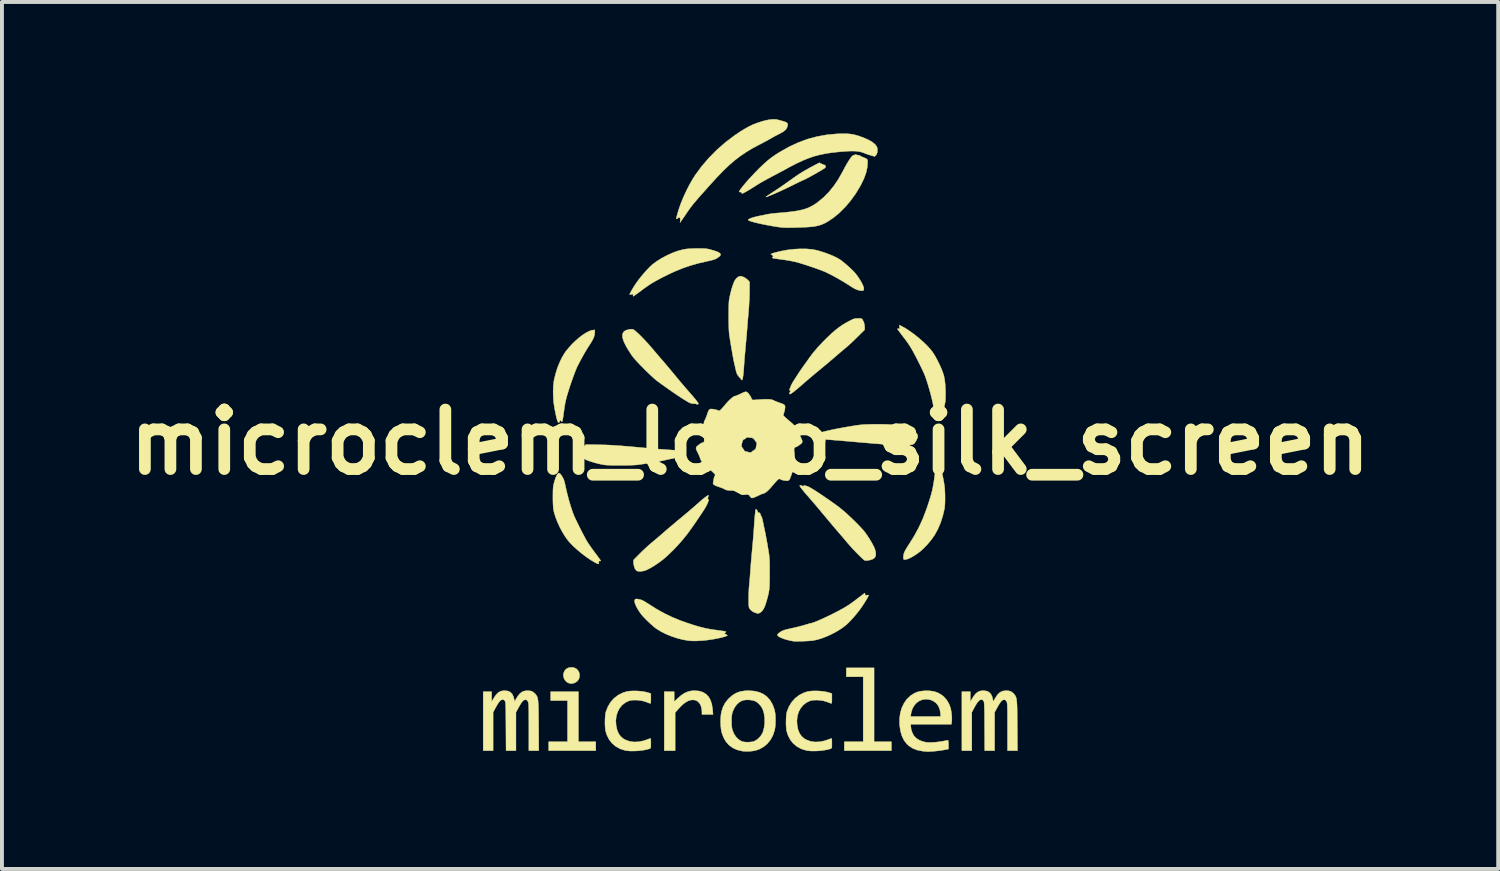
<source format=kicad_pcb>
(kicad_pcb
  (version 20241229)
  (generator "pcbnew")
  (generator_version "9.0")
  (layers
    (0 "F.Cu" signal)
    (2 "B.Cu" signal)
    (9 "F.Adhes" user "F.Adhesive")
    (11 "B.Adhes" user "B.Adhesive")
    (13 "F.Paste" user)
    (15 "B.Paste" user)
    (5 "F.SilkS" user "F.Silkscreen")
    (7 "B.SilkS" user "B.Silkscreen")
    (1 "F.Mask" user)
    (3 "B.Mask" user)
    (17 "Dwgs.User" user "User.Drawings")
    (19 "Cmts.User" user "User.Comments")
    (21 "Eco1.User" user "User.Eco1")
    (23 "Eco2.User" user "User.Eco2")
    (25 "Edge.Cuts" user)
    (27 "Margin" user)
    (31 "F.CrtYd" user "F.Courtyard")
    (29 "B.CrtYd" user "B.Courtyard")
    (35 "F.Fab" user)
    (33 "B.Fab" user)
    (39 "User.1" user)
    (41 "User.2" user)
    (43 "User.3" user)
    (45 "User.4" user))
  (footprint "microclem_logo_silk_screen"
    (layer "F.Cu")
    (at 16.154 8.27)
    (property "Reference" "microclem_logo_silk_screen" (at 0 0 0) (layer "F.SilkS") (effects (font (size 1.524 1.524) (thickness 0.3))))
    (attr through_hole)
    (fp_poly (pts (xy -4.394 7.671) (xy -3.95 7.671) (xy -3.95 7.899) (xy -5.156 7.899) (xy -5.156 7.671) (xy -4.674 7.671) (xy -4.674 6.617) (xy -5.105 6.617) (xy -5.105 6.388) (xy -4.394 6.388) (xy -4.394 7.671)) (stroke (width 0.01) (type solid)) (fill yes) (layer "F.SilkS"))
    (fp_poly (pts (xy 3.175 7.671) (xy 3.619 7.671) (xy 3.619 7.899) (xy 2.413 7.899) (xy 2.413 7.671) (xy 2.896 7.671) (xy 2.896 6.007) (xy 2.464 6.007) (xy 2.464 5.779) (xy 3.175 5.779) (xy 3.175 7.671)) (stroke (width 0.01) (type solid)) (fill yes) (layer "F.SilkS"))
    (fp_poly (pts (xy -4.5 5.776) (xy -4.446 5.804) (xy -4.404 5.847) (xy -4.377 5.898) (xy -4.365 5.955) (xy -4.368 6.014) (xy -4.386 6.069) (xy -4.421 6.118) (xy -4.473 6.155) (xy -4.515 6.171) (xy -4.55 6.18) (xy -4.575 6.183) (xy -4.603 6.179) (xy -4.635 6.172) (xy -4.688 6.147) (xy -4.732 6.104) (xy -4.764 6.049) (xy -4.78 5.987) (xy -4.777 5.926) (xy -4.776 5.92) (xy -4.747 5.852) (xy -4.702 5.803) (xy -4.641 5.775) (xy -4.568 5.766) (xy -4.5 5.776)) (stroke (width 0.01) (type solid)) (fill yes) (layer "F.SilkS"))
    (fp_poly (pts (xy -1.306 6.372) (xy -1.209 6.402) (xy -1.128 6.451) (xy -1.062 6.52) (xy -1.012 6.608) (xy -0.978 6.717) (xy -0.958 6.847) (xy -0.957 6.858) (xy -0.949 6.972) (xy -1.232 6.972) (xy -1.232 6.905) (xy -1.241 6.812) (xy -1.266 6.733) (xy -1.305 6.671) (xy -1.357 6.626) (xy -1.42 6.602) (xy -1.492 6.6) (xy -1.518 6.604) (xy -1.58 6.623) (xy -1.639 6.654) (xy -1.7 6.698) (xy -1.767 6.759) (xy -1.842 6.839) (xy -1.845 6.843) (xy -1.918 6.925) (xy -1.918 7.899) (xy -2.197 7.899) (xy -2.197 6.388) (xy -1.943 6.388) (xy -1.943 6.646) (xy -1.857 6.564) (xy -1.764 6.483) (xy -1.675 6.424) (xy -1.585 6.386) (xy -1.49 6.366) (xy -1.419 6.363) (xy -1.306 6.372)) (stroke (width 0.01) (type solid)) (fill yes) (layer "F.SilkS"))
    (fp_poly (pts (xy 1.828 -7.126) (xy 1.864 -7.11) (xy 1.892 -7.101) (xy 1.9 -7.099) (xy 1.922 -7.089) (xy 1.933 -7.063) (xy 1.929 -7.033) (xy 1.928 -7.03) (xy 1.915 -7.018) (xy 1.882 -6.997) (xy 1.835 -6.967) (xy 1.776 -6.932) (xy 1.71 -6.894) (xy 1.64 -6.854) (xy 1.57 -6.815) (xy 1.503 -6.779) (xy 1.443 -6.748) (xy 1.394 -6.723) (xy 1.36 -6.708) (xy 1.359 -6.708) (xy 1.338 -6.699) (xy 1.299 -6.68) (xy 1.244 -6.654) (xy 1.179 -6.622) (xy 1.106 -6.587) (xy 1.086 -6.576) (xy 0.913 -6.492) (xy 0.756 -6.419) (xy 0.616 -6.357) (xy 0.508 -6.312) (xy 0.468 -6.296) (xy 0.436 -6.283) (xy 0.422 -6.278) (xy 0.408 -6.275) (xy 0.406 -6.277) (xy 0.415 -6.286) (xy 0.443 -6.306) (xy 0.49 -6.339) (xy 0.557 -6.383) (xy 0.645 -6.44) (xy 0.672 -6.458) (xy 0.704 -6.479) (xy 0.737 -6.501) (xy 0.774 -6.526) (xy 0.817 -6.556) (xy 0.869 -6.592) (xy 0.933 -6.637) (xy 1.011 -6.693) (xy 1.106 -6.76) (xy 1.156 -6.795) (xy 1.234 -6.849) (xy 1.317 -6.902) (xy 1.409 -6.957) (xy 1.514 -7.016) (xy 1.632 -7.079) (xy 1.772 -7.153) (xy 1.828 -7.126)) (stroke (width 0.01) (type solid)) (fill yes) (layer "F.SilkS"))
    (fp_poly (pts (xy 4.86 0.63) (xy 4.864 0.635) (xy 4.878 0.665) (xy 4.894 0.716) (xy 4.912 0.783) (xy 4.93 0.86) (xy 4.947 0.944) (xy 4.963 1.03) (xy 4.975 1.113) (xy 4.979 1.139) (xy 4.985 1.211) (xy 4.99 1.297) (xy 4.992 1.388) (xy 4.992 1.481) (xy 4.99 1.567) (xy 4.985 1.642) (xy 4.979 1.698) (xy 4.978 1.702) (xy 4.934 1.888) (xy 4.877 2.066) (xy 4.806 2.231) (xy 4.725 2.379) (xy 4.638 2.502) (xy 4.543 2.615) (xy 4.454 2.709) (xy 4.367 2.789) (xy 4.276 2.858) (xy 4.177 2.922) (xy 4.127 2.95) (xy 4.072 2.977) (xy 4.02 2.997) (xy 3.975 3.007) (xy 3.943 3.007) (xy 3.934 3.003) (xy 3.926 2.98) (xy 3.925 2.941) (xy 3.93 2.893) (xy 3.941 2.844) (xy 3.942 2.84) (xy 3.956 2.807) (xy 3.981 2.759) (xy 4.014 2.703) (xy 4.051 2.644) (xy 4.055 2.638) (xy 4.199 2.41) (xy 4.322 2.182) (xy 4.429 1.948) (xy 4.523 1.699) (xy 4.523 1.698) (xy 4.567 1.568) (xy 4.603 1.456) (xy 4.633 1.356) (xy 4.657 1.264) (xy 4.678 1.173) (xy 4.695 1.078) (xy 4.712 0.973) (xy 4.728 0.853) (xy 4.732 0.822) (xy 4.741 0.753) (xy 4.748 0.706) (xy 4.754 0.677) (xy 4.76 0.663) (xy 4.767 0.661) (xy 4.775 0.667) (xy 4.775 0.667) (xy 4.804 0.68) (xy 4.829 0.67) (xy 4.844 0.644) (xy 4.851 0.625) (xy 4.86 0.63)) (stroke (width 0.01) (type solid)) (fill yes) (layer "F.SilkS"))
    (fp_poly (pts (xy -3.976 -2.812) (xy -3.981 -2.753) (xy -3.997 -2.694) (xy -4.026 -2.628) (xy -4.07 -2.551) (xy -4.11 -2.489) (xy -4.177 -2.384) (xy -4.25 -2.26) (xy -4.326 -2.123) (xy -4.402 -1.978) (xy -4.423 -1.936) (xy -4.446 -1.886) (xy -4.474 -1.817) (xy -4.506 -1.732) (xy -4.541 -1.637) (xy -4.577 -1.535) (xy -4.612 -1.432) (xy -4.644 -1.331) (xy -4.673 -1.238) (xy -4.697 -1.157) (xy -4.704 -1.13) (xy -4.72 -1.064) (xy -4.736 -0.985) (xy -4.75 -0.905) (xy -4.756 -0.864) (xy -4.765 -0.793) (xy -4.776 -0.719) (xy -4.785 -0.653) (xy -4.79 -0.619) (xy -4.8 -0.562) (xy -4.811 -0.529) (xy -4.822 -0.521) (xy -4.834 -0.539) (xy -4.834 -0.54) (xy -4.848 -0.557) (xy -4.864 -0.551) (xy -4.877 -0.527) (xy -4.891 -0.501) (xy -4.906 -0.499) (xy -4.922 -0.522) (xy -4.931 -0.543) (xy -4.945 -0.584) (xy -4.96 -0.645) (xy -4.977 -0.719) (xy -4.993 -0.8) (xy -5.008 -0.882) (xy -5.02 -0.96) (xy -5.029 -1.028) (xy -5.029 -1.029) (xy -5.039 -1.161) (xy -5.042 -1.293) (xy -5.038 -1.419) (xy -5.027 -1.532) (xy -5.017 -1.594) (xy -4.98 -1.747) (xy -4.933 -1.898) (xy -4.876 -2.041) (xy -4.813 -2.171) (xy -4.746 -2.283) (xy -4.722 -2.318) (xy -4.642 -2.416) (xy -4.556 -2.511) (xy -4.464 -2.599) (xy -4.372 -2.679) (xy -4.281 -2.748) (xy -4.194 -2.803) (xy -4.115 -2.843) (xy -4.047 -2.865) (xy -4.032 -2.867) (xy -3.975 -2.874) (xy -3.976 -2.812)) (stroke (width 0.01) (type solid)) (fill yes) (layer "F.SilkS"))
    (fp_poly (pts (xy -2.869 4.019) (xy -2.828 4.027) (xy -2.788 4.038) (xy -2.745 4.056) (xy -2.694 4.084) (xy -2.63 4.124) (xy -2.604 4.141) (xy -2.399 4.271) (xy -2.199 4.383) (xy -1.997 4.48) (xy -1.786 4.567) (xy -1.617 4.627) (xy -1.478 4.673) (xy -1.358 4.71) (xy -1.249 4.74) (xy -1.147 4.765) (xy -1.046 4.785) (xy -0.94 4.802) (xy -0.857 4.813) (xy -0.787 4.823) (xy -0.723 4.832) (xy -0.673 4.839) (xy -0.639 4.845) (xy -0.63 4.847) (xy -0.615 4.854) (xy -0.618 4.863) (xy -0.636 4.878) (xy -0.654 4.894) (xy -0.655 4.902) (xy -0.654 4.902) (xy -0.636 4.91) (xy -0.61 4.927) (xy -0.61 4.927) (xy -0.578 4.952) (xy -0.622 4.97) (xy -0.672 4.987) (xy -0.741 5.005) (xy -0.824 5.023) (xy -0.916 5.041) (xy -1.011 5.056) (xy -1.103 5.069) (xy -1.187 5.078) (xy -1.212 5.08) (xy -1.308 5.086) (xy -1.386 5.09) (xy -1.45 5.09) (xy -1.506 5.088) (xy -1.56 5.084) (xy -1.594 5.079) (xy -1.731 5.055) (xy -1.875 5.017) (xy -2.018 4.969) (xy -2.155 4.913) (xy -2.28 4.85) (xy -2.388 4.783) (xy -2.422 4.759) (xy -2.481 4.711) (xy -2.546 4.653) (xy -2.613 4.591) (xy -2.678 4.528) (xy -2.734 4.469) (xy -2.777 4.42) (xy -2.786 4.408) (xy -2.844 4.327) (xy -2.891 4.249) (xy -2.927 4.177) (xy -2.95 4.117) (xy -2.957 4.07) (xy -2.957 4.066) (xy -2.951 4.037) (xy -2.938 4.02) (xy -2.912 4.014) (xy -2.869 4.019)) (stroke (width 0.01) (type solid)) (fill yes) (layer "F.SilkS"))
    (fp_poly (pts (xy 1.439 -4.948) (xy 1.582 -4.936) (xy 1.664 -4.921) (xy 1.773 -4.894) (xy 1.889 -4.858) (xy 2.006 -4.816) (xy 2.117 -4.771) (xy 2.216 -4.724) (xy 2.293 -4.68) (xy 2.343 -4.645) (xy 2.405 -4.595) (xy 2.474 -4.537) (xy 2.545 -4.473) (xy 2.612 -4.41) (xy 2.667 -4.355) (xy 2.712 -4.302) (xy 2.759 -4.239) (xy 2.805 -4.169) (xy 2.847 -4.1) (xy 2.88 -4.035) (xy 2.903 -3.982) (xy 2.909 -3.957) (xy 2.914 -3.917) (xy 2.907 -3.89) (xy 2.886 -3.878) (xy 2.848 -3.877) (xy 2.79 -3.888) (xy 2.766 -3.893) (xy 2.721 -3.909) (xy 2.666 -3.935) (xy 2.598 -3.976) (xy 2.544 -4.011) (xy 2.46 -4.065) (xy 2.361 -4.125) (xy 2.254 -4.187) (xy 2.145 -4.247) (xy 2.042 -4.301) (xy 1.952 -4.345) (xy 1.937 -4.353) (xy 1.883 -4.375) (xy 1.81 -4.404) (xy 1.722 -4.436) (xy 1.625 -4.47) (xy 1.525 -4.504) (xy 1.425 -4.537) (xy 1.331 -4.567) (xy 1.248 -4.592) (xy 1.181 -4.61) (xy 1.103 -4.628) (xy 1.014 -4.645) (xy 0.926 -4.66) (xy 0.883 -4.667) (xy 0.813 -4.676) (xy 0.742 -4.686) (xy 0.68 -4.695) (xy 0.644 -4.7) (xy 0.599 -4.708) (xy 0.575 -4.714) (xy 0.568 -4.722) (xy 0.574 -4.732) (xy 0.578 -4.737) (xy 0.591 -4.756) (xy 0.586 -4.771) (xy 0.578 -4.78) (xy 0.557 -4.796) (xy 0.545 -4.801) (xy 0.534 -4.809) (xy 0.533 -4.811) (xy 0.545 -4.82) (xy 0.574 -4.833) (xy 0.617 -4.847) (xy 0.625 -4.849) (xy 0.783 -4.889) (xy 0.949 -4.92) (xy 1.117 -4.94) (xy 1.282 -4.949) (xy 1.439 -4.948)) (stroke (width 0.01) (type solid)) (fill yes) (layer "F.SilkS"))
    (fp_poly (pts (xy -1.195 -4.957) (xy -1.145 -4.954) (xy -1.101 -4.949) (xy -1.059 -4.941) (xy -1.01 -4.929) (xy -0.991 -4.923) (xy -0.93 -4.906) (xy -0.874 -4.887) (xy -0.829 -4.87) (xy -0.81 -4.861) (xy -0.771 -4.835) (xy -0.754 -4.81) (xy -0.759 -4.784) (xy -0.786 -4.753) (xy -0.834 -4.718) (xy -0.867 -4.698) (xy -0.901 -4.682) (xy -0.942 -4.668) (xy -0.995 -4.654) (xy -1.067 -4.638) (xy -1.084 -4.634) (xy -1.32 -4.58) (xy -1.537 -4.518) (xy -1.745 -4.446) (xy -1.95 -4.361) (xy -2.099 -4.29) (xy -2.218 -4.231) (xy -2.319 -4.179) (xy -2.404 -4.133) (xy -2.48 -4.09) (xy -2.55 -4.047) (xy -2.619 -4.001) (xy -2.692 -3.95) (xy -2.771 -3.892) (xy -2.787 -3.879) (xy -2.848 -3.834) (xy -2.903 -3.795) (xy -2.946 -3.763) (xy -2.977 -3.742) (xy -2.991 -3.734) (xy -2.991 -3.734) (xy -2.996 -3.744) (xy -2.994 -3.764) (xy -2.993 -3.783) (xy -3.002 -3.789) (xy -3.028 -3.785) (xy -3.034 -3.783) (xy -3.064 -3.778) (xy -3.081 -3.776) (xy -3.082 -3.776) (xy -3.08 -3.791) (xy -3.066 -3.823) (xy -3.042 -3.868) (xy -3.01 -3.923) (xy -2.973 -3.984) (xy -2.932 -4.047) (xy -2.922 -4.061) (xy -2.867 -4.139) (xy -2.802 -4.223) (xy -2.731 -4.308) (xy -2.66 -4.389) (xy -2.592 -4.461) (xy -2.532 -4.52) (xy -2.507 -4.542) (xy -2.392 -4.629) (xy -2.262 -4.71) (xy -2.122 -4.784) (xy -1.979 -4.848) (xy -1.839 -4.899) (xy -1.706 -4.933) (xy -1.656 -4.942) (xy -1.608 -4.948) (xy -1.542 -4.952) (xy -1.464 -4.956) (xy -1.383 -4.958) (xy -1.34 -4.958) (xy -1.258 -4.958) (xy -1.195 -4.957)) (stroke (width 0.01) (type solid)) (fill yes) (layer "F.SilkS"))
    (fp_poly (pts (xy -1.071 1.394) (xy -1.078 1.427) (xy -1.086 1.448) (xy -1.089 1.458) (xy -1.081 1.455) (xy -1.07 1.458) (xy -1.064 1.479) (xy -1.065 1.499) (xy -1.076 1.536) (xy -1.098 1.588) (xy -1.129 1.648) (xy -1.166 1.711) (xy -1.19 1.748) (xy -1.229 1.807) (xy -1.275 1.876) (xy -1.323 1.947) (xy -1.355 1.996) (xy -1.48 2.177) (xy -1.599 2.34) (xy -1.717 2.488) (xy -1.838 2.627) (xy -1.965 2.761) (xy -2.103 2.894) (xy -2.168 2.953) (xy -2.248 3.02) (xy -2.343 3.09) (xy -2.443 3.158) (xy -2.543 3.218) (xy -2.635 3.266) (xy -2.658 3.277) (xy -2.721 3.297) (xy -2.79 3.309) (xy -2.853 3.309) (xy -2.87 3.306) (xy -2.903 3.293) (xy -2.921 3.279) (xy -2.946 3.241) (xy -2.966 3.187) (xy -2.98 3.128) (xy -2.985 3.081) (xy -2.985 3.019) (xy -2.835 2.867) (xy -2.771 2.803) (xy -2.695 2.731) (xy -2.615 2.658) (xy -2.538 2.591) (xy -2.508 2.566) (xy -2.44 2.509) (xy -2.367 2.447) (xy -2.297 2.387) (xy -2.236 2.335) (xy -2.209 2.311) (xy -2.166 2.273) (xy -2.108 2.223) (xy -2.038 2.164) (xy -1.96 2.099) (xy -1.88 2.031) (xy -1.803 1.967) (xy -1.721 1.899) (xy -1.639 1.83) (xy -1.559 1.763) (xy -1.487 1.701) (xy -1.426 1.649) (xy -1.384 1.612) (xy -1.298 1.535) (xy -1.248 1.492) (xy -1.079 1.492) (xy -1.073 1.499) (xy -1.067 1.492) (xy -1.073 1.486) (xy -1.079 1.492) (xy -1.248 1.492) (xy -1.228 1.475) (xy -1.171 1.429) (xy -1.126 1.395) (xy -1.102 1.378) (xy -1.067 1.356) (xy -1.071 1.394)) (stroke (width 0.01) (type solid)) (fill yes) (layer "F.SilkS"))
    (fp_poly (pts (xy 3.889 -2.964) (xy 3.99 -2.907) (xy 4.099 -2.835) (xy 4.212 -2.753) (xy 4.323 -2.663) (xy 4.429 -2.57) (xy 4.526 -2.477) (xy 4.609 -2.387) (xy 4.674 -2.304) (xy 4.682 -2.292) (xy 4.736 -2.206) (xy 4.79 -2.108) (xy 4.842 -2.004) (xy 4.889 -1.901) (xy 4.928 -1.803) (xy 4.957 -1.717) (xy 4.966 -1.681) (xy 4.985 -1.577) (xy 4.997 -1.459) (xy 5.004 -1.322) (xy 5.005 -1.238) (xy 5.005 -1.16) (xy 5.003 -1.099) (xy 4.999 -1.048) (xy 4.991 -1) (xy 4.98 -0.946) (xy 4.968 -0.899) (xy 4.941 -0.806) (xy 4.913 -0.735) (xy 4.886 -0.686) (xy 4.858 -0.66) (xy 4.832 -0.658) (xy 4.823 -0.664) (xy 4.806 -0.682) (xy 4.781 -0.715) (xy 4.759 -0.745) (xy 4.734 -0.788) (xy 4.715 -0.834) (xy 4.701 -0.892) (xy 4.693 -0.93) (xy 4.671 -1.04) (xy 4.641 -1.165) (xy 4.605 -1.3) (xy 4.567 -1.435) (xy 4.527 -1.563) (xy 4.488 -1.676) (xy 4.485 -1.685) (xy 4.464 -1.737) (xy 4.433 -1.806) (xy 4.394 -1.889) (xy 4.35 -1.98) (xy 4.303 -2.074) (xy 4.255 -2.168) (xy 4.208 -2.257) (xy 4.166 -2.335) (xy 4.13 -2.399) (xy 4.122 -2.411) (xy 4.084 -2.472) (xy 4.041 -2.536) (xy 4.001 -2.592) (xy 3.986 -2.613) (xy 3.95 -2.66) (xy 3.915 -2.706) (xy 3.887 -2.742) (xy 3.884 -2.746) (xy 3.853 -2.788) (xy 3.819 -2.833) (xy 3.81 -2.844) (xy 3.784 -2.88) (xy 3.774 -2.9) (xy 3.78 -2.907) (xy 3.802 -2.904) (xy 3.803 -2.903) (xy 3.822 -2.9) (xy 3.829 -2.908) (xy 3.829 -2.933) (xy 3.827 -2.947) (xy 3.821 -2.998) (xy 3.889 -2.964)) (stroke (width 0.01) (type solid)) (fill yes) (layer "F.SilkS"))
    (fp_poly (pts (xy -4.862 0.81) (xy -4.834 0.844) (xy -4.802 0.895) (xy -4.782 0.932) (xy -4.765 0.973) (xy -4.75 1.025) (xy -4.734 1.092) (xy -4.722 1.146) (xy -4.699 1.252) (xy -4.67 1.369) (xy -4.638 1.489) (xy -4.603 1.607) (xy -4.568 1.717) (xy -4.535 1.813) (xy -4.512 1.873) (xy -4.49 1.923) (xy -4.458 1.99) (xy -4.42 2.069) (xy -4.377 2.156) (xy -4.332 2.246) (xy -4.287 2.333) (xy -4.245 2.413) (xy -4.209 2.481) (xy -4.18 2.532) (xy -4.179 2.533) (xy -4.15 2.58) (xy -4.109 2.64) (xy -4.061 2.709) (xy -4.009 2.781) (xy -3.969 2.835) (xy -3.923 2.895) (xy -3.884 2.949) (xy -3.852 2.993) (xy -3.831 3.024) (xy -3.823 3.037) (xy -3.823 3.038) (xy -3.833 3.044) (xy -3.851 3.045) (xy -3.868 3.044) (xy -3.875 3.052) (xy -3.874 3.073) (xy -3.869 3.104) (xy -3.874 3.117) (xy -3.898 3.115) (xy -3.94 3.097) (xy -3.969 3.082) (xy -4.078 3.018) (xy -4.194 2.939) (xy -4.311 2.85) (xy -4.424 2.756) (xy -4.528 2.661) (xy -4.618 2.569) (xy -4.665 2.513) (xy -4.737 2.413) (xy -4.808 2.297) (xy -4.875 2.17) (xy -4.934 2.04) (xy -4.983 1.913) (xy -5.018 1.795) (xy -5.025 1.765) (xy -5.034 1.716) (xy -5.04 1.661) (xy -5.044 1.596) (xy -5.047 1.516) (xy -5.048 1.416) (xy -5.048 1.403) (xy -5.047 1.314) (xy -5.046 1.245) (xy -5.044 1.192) (xy -5.04 1.148) (xy -5.034 1.109) (xy -5.026 1.07) (xy -5.014 1.026) (xy -4.989 0.943) (xy -4.963 0.876) (xy -4.936 0.826) (xy -4.912 0.798) (xy -4.905 0.794) (xy -4.885 0.794) (xy -4.862 0.81)) (stroke (width 0.01) (type solid)) (fill yes) (layer "F.SilkS"))
    (fp_poly (pts (xy 1.303 1.107) (xy 1.332 1.118) (xy 1.343 1.125) (xy 1.363 1.136) (xy 1.366 1.132) (xy 1.364 1.126) (xy 1.369 1.114) (xy 1.394 1.112) (xy 1.44 1.122) (xy 1.469 1.131) (xy 1.505 1.147) (xy 1.56 1.177) (xy 1.632 1.221) (xy 1.72 1.277) (xy 1.822 1.345) (xy 1.937 1.423) (xy 2.064 1.511) (xy 2.2 1.608) (xy 2.235 1.633) (xy 2.309 1.69) (xy 2.396 1.762) (xy 2.49 1.845) (xy 2.588 1.936) (xy 2.685 2.03) (xy 2.778 2.124) (xy 2.861 2.212) (xy 2.891 2.246) (xy 2.942 2.309) (xy 2.997 2.385) (xy 3.051 2.468) (xy 3.103 2.553) (xy 3.147 2.633) (xy 3.182 2.705) (xy 3.201 2.755) (xy 3.219 2.836) (xy 3.218 2.902) (xy 3.196 2.952) (xy 3.154 2.989) (xy 3.09 3.014) (xy 3.057 3.021) (xy 3.009 3.029) (xy 2.978 3.033) (xy 2.958 3.033) (xy 2.941 3.029) (xy 2.934 3.027) (xy 2.914 3.014) (xy 2.881 2.985) (xy 2.837 2.943) (xy 2.785 2.892) (xy 2.727 2.834) (xy 2.668 2.773) (xy 2.61 2.711) (xy 2.557 2.651) (xy 2.51 2.597) (xy 2.504 2.591) (xy 2.452 2.528) (xy 2.389 2.454) (xy 2.322 2.376) (xy 2.259 2.302) (xy 2.234 2.273) (xy 2.183 2.215) (xy 2.121 2.141) (xy 2.051 2.058) (xy 1.978 1.971) (xy 1.906 1.885) (xy 1.859 1.829) (xy 1.792 1.748) (xy 1.722 1.664) (xy 1.653 1.583) (xy 1.589 1.509) (xy 1.535 1.446) (xy 1.503 1.409) (xy 1.438 1.336) (xy 1.381 1.268) (xy 1.334 1.21) (xy 1.299 1.164) (xy 1.277 1.131) (xy 1.27 1.115) (xy 1.28 1.106) (xy 1.303 1.107)) (stroke (width 0.01) (type solid)) (fill yes) (layer "F.SilkS"))
    (fp_poly (pts (xy -3.89 0.067) (xy -3.795 0.069) (xy -3.701 0.071) (xy -3.607 0.075) (xy -3.508 0.081) (xy -3.401 0.088) (xy -3.284 0.096) (xy -3.153 0.107) (xy -3.005 0.12) (xy -2.837 0.135) (xy -2.711 0.147) (xy -2.599 0.157) (xy -2.475 0.167) (xy -2.347 0.178) (xy -2.224 0.187) (xy -2.114 0.195) (xy -2.084 0.197) (xy -1.965 0.205) (xy -1.869 0.213) (xy -1.795 0.221) (xy -1.74 0.228) (xy -1.704 0.236) (xy -1.683 0.244) (xy -1.68 0.247) (xy -1.681 0.259) (xy -1.699 0.274) (xy -1.724 0.287) (xy -1.746 0.293) (xy -1.772 0.294) (xy -1.746 0.305) (xy -1.73 0.313) (xy -1.736 0.316) (xy -1.743 0.317) (xy -1.762 0.322) (xy -1.765 0.328) (xy -1.777 0.342) (xy -1.808 0.359) (xy -1.853 0.379) (xy -1.907 0.398) (xy -1.966 0.415) (xy -2.013 0.425) (xy -2.073 0.437) (xy -2.133 0.45) (xy -2.181 0.461) (xy -2.191 0.464) (xy -2.228 0.473) (xy -2.285 0.484) (xy -2.358 0.498) (xy -2.443 0.513) (xy -2.535 0.528) (xy -2.629 0.543) (xy -2.721 0.558) (xy -2.806 0.57) (xy -2.863 0.578) (xy -2.922 0.584) (xy -3.001 0.589) (xy -3.096 0.592) (xy -3.199 0.594) (xy -3.308 0.595) (xy -3.416 0.595) (xy -3.517 0.594) (xy -3.608 0.591) (xy -3.683 0.587) (xy -3.727 0.583) (xy -3.795 0.571) (xy -3.875 0.554) (xy -3.96 0.532) (xy -4.044 0.507) (xy -4.122 0.482) (xy -4.185 0.458) (xy -4.217 0.443) (xy -4.276 0.404) (xy -4.318 0.359) (xy -4.341 0.312) (xy -4.343 0.291) (xy -4.335 0.252) (xy -4.314 0.203) (xy -4.283 0.152) (xy -4.25 0.11) (xy -4.205 0.062) (xy -3.89 0.067)) (stroke (width 0.01) (type solid)) (fill yes) (layer "F.SilkS"))
    (fp_poly (pts (xy -2.884 6.371) (xy -2.778 6.38) (xy -2.68 6.396) (xy -2.596 6.418) (xy -2.575 6.425) (xy -2.54 6.438) (xy -2.54 6.567) (xy -2.54 6.625) (xy -2.542 6.662) (xy -2.546 6.682) (xy -2.552 6.69) (xy -2.562 6.689) (xy -2.585 6.681) (xy -2.623 6.667) (xy -2.669 6.649) (xy -2.673 6.648) (xy -2.748 6.625) (xy -2.834 6.611) (xy -2.923 6.604) (xy -3.008 6.606) (xy -3.079 6.617) (xy -3.096 6.622) (xy -3.192 6.667) (xy -3.274 6.731) (xy -3.341 6.812) (xy -3.391 6.907) (xy -3.424 7.014) (xy -3.437 7.13) (xy -3.43 7.248) (xy -3.406 7.361) (xy -3.37 7.454) (xy -3.319 7.528) (xy -3.253 7.587) (xy -3.197 7.62) (xy -3.088 7.66) (xy -2.972 7.677) (xy -2.848 7.672) (xy -2.714 7.643) (xy -2.57 7.592) (xy -2.562 7.589) (xy -2.552 7.586) (xy -2.546 7.593) (xy -2.542 7.612) (xy -2.54 7.648) (xy -2.54 7.705) (xy -2.54 7.708) (xy -2.54 7.766) (xy -2.542 7.804) (xy -2.546 7.826) (xy -2.553 7.839) (xy -2.566 7.846) (xy -2.575 7.85) (xy -2.65 7.872) (xy -2.743 7.889) (xy -2.847 7.902) (xy -2.953 7.908) (xy -3.055 7.909) (xy -3.146 7.902) (xy -3.199 7.893) (xy -3.326 7.853) (xy -3.437 7.792) (xy -3.531 7.713) (xy -3.608 7.616) (xy -3.666 7.502) (xy -3.697 7.404) (xy -3.707 7.347) (xy -3.713 7.274) (xy -3.715 7.191) (xy -3.714 7.105) (xy -3.709 7.023) (xy -3.702 6.953) (xy -3.691 6.902) (xy -3.639 6.771) (xy -3.569 6.655) (xy -3.481 6.556) (xy -3.377 6.477) (xy -3.258 6.417) (xy -3.162 6.386) (xy -3.083 6.374) (xy -2.988 6.369) (xy -2.884 6.371)) (stroke (width 0.01) (type solid)) (fill yes) (layer "F.SilkS"))
    (fp_poly (pts (xy 1.752 6.371) (xy 1.857 6.38) (xy 1.956 6.396) (xy 2.04 6.418) (xy 2.061 6.425) (xy 2.095 6.438) (xy 2.095 6.567) (xy 2.095 6.625) (xy 2.093 6.662) (xy 2.09 6.682) (xy 2.083 6.69) (xy 2.073 6.689) (xy 2.051 6.681) (xy 2.013 6.667) (xy 1.967 6.649) (xy 1.962 6.648) (xy 1.887 6.625) (xy 1.801 6.611) (xy 1.712 6.604) (xy 1.628 6.606) (xy 1.557 6.617) (xy 1.54 6.622) (xy 1.444 6.667) (xy 1.362 6.731) (xy 1.295 6.812) (xy 1.244 6.907) (xy 1.212 7.014) (xy 1.199 7.13) (xy 1.206 7.248) (xy 1.229 7.361) (xy 1.266 7.454) (xy 1.317 7.528) (xy 1.383 7.587) (xy 1.439 7.62) (xy 1.547 7.66) (xy 1.663 7.677) (xy 1.788 7.672) (xy 1.922 7.643) (xy 2.066 7.592) (xy 2.073 7.589) (xy 2.083 7.586) (xy 2.09 7.593) (xy 2.093 7.612) (xy 2.095 7.648) (xy 2.095 7.705) (xy 2.095 7.708) (xy 2.095 7.766) (xy 2.094 7.804) (xy 2.09 7.826) (xy 2.082 7.839) (xy 2.069 7.846) (xy 2.061 7.85) (xy 1.985 7.872) (xy 1.892 7.889) (xy 1.789 7.902) (xy 1.682 7.908) (xy 1.58 7.909) (xy 1.49 7.902) (xy 1.437 7.893) (xy 1.31 7.853) (xy 1.199 7.792) (xy 1.104 7.713) (xy 1.027 7.616) (xy 0.969 7.502) (xy 0.938 7.404) (xy 0.929 7.347) (xy 0.923 7.274) (xy 0.92 7.191) (xy 0.922 7.105) (xy 0.926 7.023) (xy 0.934 6.953) (xy 0.944 6.902) (xy 0.996 6.771) (xy 1.067 6.655) (xy 1.155 6.556) (xy 1.259 6.477) (xy 1.377 6.417) (xy 1.473 6.386) (xy 1.552 6.374) (xy 1.648 6.369) (xy 1.752 6.371)) (stroke (width 0.01) (type solid)) (fill yes) (layer "F.SilkS"))
    (fp_poly (pts (xy -2.997 -2.888) (xy -2.972 -2.874) (xy -2.933 -2.843) (xy -2.884 -2.799) (xy -2.825 -2.744) (xy -2.762 -2.68) (xy -2.696 -2.612) (xy -2.63 -2.541) (xy -2.566 -2.47) (xy -2.523 -2.419) (xy -2.465 -2.351) (xy -2.4 -2.274) (xy -2.335 -2.198) (xy -2.278 -2.132) (xy -2.273 -2.127) (xy -2.231 -2.078) (xy -2.175 -2.013) (xy -2.112 -1.938) (xy -2.044 -1.857) (xy -1.976 -1.775) (xy -1.931 -1.721) (xy -1.865 -1.64) (xy -1.795 -1.557) (xy -1.727 -1.477) (xy -1.664 -1.403) (xy -1.61 -1.341) (xy -1.582 -1.308) (xy -1.506 -1.221) (xy -1.441 -1.146) (xy -1.389 -1.083) (xy -1.351 -1.033) (xy -1.328 -1) (xy -1.321 -0.984) (xy -1.331 -0.973) (xy -1.353 -0.968) (xy -1.373 -0.973) (xy -1.377 -0.977) (xy -1.393 -0.983) (xy -1.418 -0.984) (xy -1.372 -0.984) (xy -1.365 -0.978) (xy -1.359 -0.984) (xy -1.365 -0.991) (xy -1.372 -0.984) (xy -1.418 -0.984) (xy -1.423 -0.985) (xy -1.431 -0.984) (xy -1.478 -0.987) (xy -1.524 -0.998) (xy -1.525 -0.998) (xy -1.563 -1.015) (xy -1.618 -1.046) (xy -1.689 -1.089) (xy -1.775 -1.144) (xy -1.872 -1.208) (xy -1.978 -1.281) (xy -2.093 -1.361) (xy -2.213 -1.446) (xy -2.336 -1.535) (xy -2.388 -1.573) (xy -2.423 -1.602) (xy -2.472 -1.645) (xy -2.532 -1.7) (xy -2.598 -1.763) (xy -2.669 -1.831) (xy -2.728 -1.89) (xy -2.814 -1.978) (xy -2.885 -2.052) (xy -2.942 -2.115) (xy -2.988 -2.17) (xy -3.027 -2.22) (xy -3.055 -2.262) (xy -3.133 -2.385) (xy -3.193 -2.491) (xy -3.235 -2.582) (xy -3.261 -2.66) (xy -3.269 -2.724) (xy -3.262 -2.777) (xy -3.238 -2.821) (xy -3.22 -2.839) (xy -3.182 -2.861) (xy -3.13 -2.878) (xy -3.073 -2.889) (xy -3.022 -2.892) (xy -2.997 -2.888)) (stroke (width 0.01) (type solid)) (fill yes) (layer "F.SilkS"))
    (fp_poly (pts (xy 2.814 -3.168) (xy 2.844 -3.164) (xy 2.863 -3.156) (xy 2.877 -3.14) (xy 2.879 -3.137) (xy 2.916 -3.064) (xy 2.932 -2.976) (xy 2.934 -2.946) (xy 2.934 -2.876) (xy 2.746 -2.691) (xy 2.681 -2.627) (xy 2.613 -2.562) (xy 2.547 -2.502) (xy 2.488 -2.449) (xy 2.445 -2.412) (xy 2.392 -2.368) (xy 2.328 -2.314) (xy 2.259 -2.255) (xy 2.193 -2.198) (xy 2.177 -2.185) (xy 2.121 -2.136) (xy 2.05 -2.076) (xy 1.971 -2.009) (xy 1.888 -1.94) (xy 1.808 -1.874) (xy 1.784 -1.854) (xy 1.706 -1.79) (xy 1.624 -1.721) (xy 1.543 -1.653) (xy 1.47 -1.59) (xy 1.409 -1.538) (xy 1.393 -1.524) (xy 1.292 -1.436) (xy 1.209 -1.365) (xy 1.142 -1.31) (xy 1.089 -1.269) (xy 1.051 -1.243) (xy 1.025 -1.231) (xy 1.011 -1.231) (xy 1.008 -1.243) (xy 1.008 -1.248) (xy 1.016 -1.27) (xy 1.027 -1.294) (xy 1.035 -1.313) (xy 1.031 -1.316) (xy 1.02 -1.319) (xy 1.012 -1.337) (xy 1.011 -1.358) (xy 1.016 -1.367) (xy 1.026 -1.385) (xy 1.038 -1.417) (xy 1.041 -1.429) (xy 1.056 -1.462) (xy 1.08 -1.509) (xy 1.11 -1.56) (xy 1.124 -1.581) (xy 1.162 -1.64) (xy 1.203 -1.704) (xy 1.24 -1.761) (xy 1.247 -1.772) (xy 1.281 -1.823) (xy 1.323 -1.884) (xy 1.366 -1.945) (xy 1.383 -1.968) (xy 1.423 -2.024) (xy 1.465 -2.082) (xy 1.501 -2.134) (xy 1.514 -2.153) (xy 1.61 -2.281) (xy 1.727 -2.419) (xy 1.863 -2.565) (xy 1.984 -2.685) (xy 2.092 -2.787) (xy 2.19 -2.872) (xy 2.283 -2.944) (xy 2.375 -3.007) (xy 2.473 -3.065) (xy 2.552 -3.107) (xy 2.609 -3.135) (xy 2.65 -3.153) (xy 2.684 -3.163) (xy 2.719 -3.168) (xy 2.762 -3.169) (xy 2.765 -3.169) (xy 2.814 -3.168)) (stroke (width 0.01) (type solid)) (fill yes) (layer "F.SilkS"))
    (fp_poly (pts (xy 3.374 -0.457) (xy 3.48 -0.455) (xy 3.574 -0.451) (xy 3.654 -0.445) (xy 3.713 -0.438) (xy 3.716 -0.438) (xy 3.862 -0.408) (xy 3.989 -0.375) (xy 4.095 -0.338) (xy 4.178 -0.298) (xy 4.238 -0.254) (xy 4.266 -0.223) (xy 4.288 -0.183) (xy 4.294 -0.144) (xy 4.283 -0.1) (xy 4.257 -0.045) (xy 4.25 -0.034) (xy 4.23 0.000085) (xy 4.211 0.026) (xy 4.191 0.045) (xy 4.166 0.059) (xy 4.132 0.068) (xy 4.085 0.073) (xy 4.023 0.075) (xy 3.942 0.076) (xy 3.868 0.076) (xy 3.786 0.076) (xy 3.713 0.075) (xy 3.652 0.074) (xy 3.608 0.073) (xy 3.584 0.072) (xy 3.58 0.071) (xy 3.567 0.068) (xy 3.531 0.065) (xy 3.478 0.06) (xy 3.411 0.054) (xy 3.334 0.048) (xy 3.302 0.045) (xy 3.216 0.039) (xy 3.112 0.03) (xy 2.994 0.02) (xy 2.871 0.01) (xy 2.748 -0.001) (xy 2.631 -0.011) (xy 2.623 -0.012) (xy 2.51 -0.022) (xy 2.394 -0.032) (xy 2.28 -0.042) (xy 2.173 -0.05) (xy 2.08 -0.058) (xy 2.005 -0.063) (xy 1.994 -0.064) (xy 1.883 -0.072) (xy 1.79 -0.08) (xy 1.716 -0.088) (xy 1.664 -0.096) (xy 1.634 -0.104) (xy 1.629 -0.107) (xy 1.63 -0.12) (xy 1.647 -0.136) (xy 1.67 -0.149) (xy 1.685 -0.153) (xy 1.698 -0.156) (xy 1.691 -0.161) (xy 1.684 -0.167) (xy 1.69 -0.177) (xy 1.711 -0.193) (xy 1.752 -0.218) (xy 1.772 -0.229) (xy 1.806 -0.244) (xy 1.863 -0.261) (xy 1.939 -0.281) (xy 2.031 -0.302) (xy 2.137 -0.325) (xy 2.254 -0.348) (xy 2.379 -0.371) (xy 2.509 -0.394) (xy 2.642 -0.416) (xy 2.773 -0.436) (xy 2.793 -0.438) (xy 2.86 -0.446) (xy 2.945 -0.451) (xy 3.044 -0.455) (xy 3.151 -0.457) (xy 3.263 -0.458) (xy 3.374 -0.457)) (stroke (width 0.01) (type solid)) (fill yes) (layer "F.SilkS"))
    (fp_poly (pts (xy -5.623 6.369) (xy -5.564 6.391) (xy -5.514 6.431) (xy -5.503 6.443) (xy -5.485 6.464) (xy -5.469 6.485) (xy -5.457 6.507) (xy -5.446 6.532) (xy -5.438 6.564) (xy -5.431 6.604) (xy -5.426 6.654) (xy -5.422 6.716) (xy -5.419 6.794) (xy -5.417 6.888) (xy -5.415 7.002) (xy -5.414 7.137) (xy -5.413 7.261) (xy -5.409 7.899) (xy -5.664 7.899) (xy -5.664 7.293) (xy -5.664 7.152) (xy -5.665 7.034) (xy -5.665 6.937) (xy -5.666 6.859) (xy -5.667 6.796) (xy -5.669 6.748) (xy -5.671 6.712) (xy -5.674 6.685) (xy -5.678 6.666) (xy -5.682 6.652) (xy -5.686 6.642) (xy -5.715 6.605) (xy -5.749 6.593) (xy -5.79 6.605) (xy -5.812 6.621) (xy -5.833 6.645) (xy -5.862 6.685) (xy -5.894 6.736) (xy -5.922 6.785) (xy -5.994 6.917) (xy -5.994 7.899) (xy -6.247 7.899) (xy -6.251 7.28) (xy -6.252 7.137) (xy -6.253 7.018) (xy -6.254 6.92) (xy -6.255 6.841) (xy -6.257 6.778) (xy -6.259 6.729) (xy -6.261 6.693) (xy -6.264 6.667) (xy -6.268 6.648) (xy -6.272 6.635) (xy -6.277 6.626) (xy -6.277 6.626) (xy -6.306 6.598) (xy -6.337 6.591) (xy -6.37 6.601) (xy -6.406 6.63) (xy -6.446 6.681) (xy -6.491 6.755) (xy -6.519 6.805) (xy -6.579 6.918) (xy -6.579 7.899) (xy -6.833 7.899) (xy -6.833 6.388) (xy -6.617 6.388) (xy -6.616 6.648) (xy -6.577 6.579) (xy -6.524 6.496) (xy -6.473 6.435) (xy -6.42 6.395) (xy -6.361 6.371) (xy -6.294 6.363) (xy -6.282 6.363) (xy -6.203 6.372) (xy -6.139 6.4) (xy -6.091 6.448) (xy -6.058 6.517) (xy -6.043 6.571) (xy -6.029 6.643) (xy -5.989 6.572) (xy -5.937 6.49) (xy -5.885 6.43) (xy -5.829 6.39) (xy -5.766 6.369) (xy -5.698 6.363) (xy -5.623 6.369)) (stroke (width 0.01) (type solid)) (fill yes) (layer "F.SilkS"))
    (fp_poly (pts (xy 2.942 3.874) (xy 2.944 3.891) (xy 2.949 3.915) (xy 2.962 3.922) (xy 2.991 3.919) (xy 2.992 3.919) (xy 3.021 3.915) (xy 3.035 3.917) (xy 3.035 3.918) (xy 3.029 3.939) (xy 3.01 3.977) (xy 2.981 4.028) (xy 2.944 4.089) (xy 2.902 4.155) (xy 2.87 4.204) (xy 2.811 4.287) (xy 2.741 4.377) (xy 2.665 4.468) (xy 2.588 4.554) (xy 2.516 4.628) (xy 2.469 4.672) (xy 2.369 4.751) (xy 2.251 4.828) (xy 2.122 4.899) (xy 1.987 4.963) (xy 1.851 5.017) (xy 1.722 5.057) (xy 1.619 5.078) (xy 1.573 5.084) (xy 1.511 5.089) (xy 1.439 5.093) (xy 1.361 5.097) (xy 1.285 5.099) (xy 1.216 5.1) (xy 1.158 5.1) (xy 1.119 5.098) (xy 1.111 5.097) (xy 1.023 5.08) (xy 0.938 5.059) (xy 0.86 5.035) (xy 0.793 5.009) (xy 0.742 4.984) (xy 0.712 4.96) (xy 0.701 4.939) (xy 0.708 4.916) (xy 0.734 4.89) (xy 0.781 4.857) (xy 0.782 4.857) (xy 0.814 4.838) (xy 0.849 4.822) (xy 0.891 4.808) (xy 0.946 4.793) (xy 1.018 4.776) (xy 1.052 4.769) (xy 1.136 4.75) (xy 1.226 4.729) (xy 1.313 4.706) (xy 1.386 4.686) (xy 1.401 4.681) (xy 1.459 4.664) (xy 1.509 4.649) (xy 1.546 4.639) (xy 1.563 4.636) (xy 1.563 4.636) (xy 1.589 4.63) (xy 1.634 4.615) (xy 1.695 4.591) (xy 1.769 4.56) (xy 1.852 4.523) (xy 1.941 4.482) (xy 2.032 4.439) (xy 2.083 4.414) (xy 2.217 4.345) (xy 2.333 4.284) (xy 2.433 4.227) (xy 2.522 4.172) (xy 2.604 4.115) (xy 2.685 4.056) (xy 2.696 4.047) (xy 2.748 4.007) (xy 2.796 3.97) (xy 2.836 3.94) (xy 2.857 3.925) (xy 2.89 3.9) (xy 2.917 3.879) (xy 2.921 3.875) (xy 2.935 3.864) (xy 2.942 3.874)) (stroke (width 0.01) (type solid)) (fill yes) (layer "F.SilkS"))
    (fp_poly (pts (xy 6.632 6.369) (xy 6.691 6.391) (xy 6.742 6.431) (xy 6.753 6.443) (xy 6.771 6.464) (xy 6.786 6.485) (xy 6.799 6.507) (xy 6.809 6.532) (xy 6.818 6.564) (xy 6.825 6.604) (xy 6.83 6.654) (xy 6.834 6.716) (xy 6.837 6.794) (xy 6.839 6.888) (xy 6.84 7.002) (xy 6.841 7.137) (xy 6.842 7.261) (xy 6.847 7.899) (xy 6.591 7.899) (xy 6.591 7.293) (xy 6.591 7.152) (xy 6.591 7.034) (xy 6.59 6.937) (xy 6.59 6.859) (xy 6.588 6.796) (xy 6.587 6.748) (xy 6.584 6.712) (xy 6.581 6.685) (xy 6.578 6.666) (xy 6.573 6.652) (xy 6.569 6.642) (xy 6.541 6.605) (xy 6.506 6.593) (xy 6.466 6.605) (xy 6.443 6.621) (xy 6.422 6.645) (xy 6.394 6.685) (xy 6.361 6.736) (xy 6.334 6.785) (xy 6.261 6.917) (xy 6.261 7.899) (xy 6.008 7.899) (xy 6.004 7.28) (xy 6.003 7.137) (xy 6.003 7.018) (xy 6.002 6.92) (xy 6 6.841) (xy 5.999 6.778) (xy 5.997 6.729) (xy 5.994 6.693) (xy 5.991 6.667) (xy 5.988 6.648) (xy 5.983 6.635) (xy 5.978 6.626) (xy 5.978 6.626) (xy 5.95 6.598) (xy 5.919 6.591) (xy 5.886 6.601) (xy 5.85 6.63) (xy 5.809 6.681) (xy 5.764 6.755) (xy 5.737 6.805) (xy 5.677 6.918) (xy 5.677 7.899) (xy 5.423 7.899) (xy 5.423 6.388) (xy 5.639 6.388) (xy 5.639 6.648) (xy 5.679 6.579) (xy 5.731 6.496) (xy 5.782 6.435) (xy 5.835 6.395) (xy 5.894 6.371) (xy 5.962 6.363) (xy 5.974 6.363) (xy 6.053 6.372) (xy 6.116 6.4) (xy 6.164 6.448) (xy 6.198 6.517) (xy 6.212 6.571) (xy 6.227 6.643) (xy 6.266 6.572) (xy 6.318 6.49) (xy 6.37 6.43) (xy 6.426 6.39) (xy 6.489 6.369) (xy 6.558 6.363) (xy 6.632 6.369)) (stroke (width 0.01) (type solid)) (fill yes) (layer "F.SilkS"))
    (fp_poly (pts (xy 0.66 -8.263) (xy 0.699 -8.256) (xy 0.787 -8.233) (xy 0.854 -8.214) (xy 0.902 -8.198) (xy 0.934 -8.183) (xy 0.953 -8.168) (xy 0.962 -8.151) (xy 0.963 -8.131) (xy 0.961 -8.112) (xy 0.949 -8.061) (xy 0.926 -8.017) (xy 0.888 -7.977) (xy 0.832 -7.938) (xy 0.755 -7.896) (xy 0.752 -7.894) (xy 0.686 -7.861) (xy 0.617 -7.824) (xy 0.554 -7.789) (xy 0.52 -7.769) (xy 0.474 -7.743) (xy 0.412 -7.709) (xy 0.341 -7.671) (xy 0.268 -7.633) (xy 0.234 -7.616) (xy 0.062 -7.524) (xy -0.099 -7.427) (xy -0.251 -7.324) (xy -0.398 -7.211) (xy -0.544 -7.085) (xy -0.691 -6.944) (xy -0.845 -6.784) (xy -0.932 -6.689) (xy -1.043 -6.567) (xy -1.138 -6.46) (xy -1.219 -6.369) (xy -1.289 -6.291) (xy -1.348 -6.223) (xy -1.398 -6.164) (xy -1.442 -6.112) (xy -1.48 -6.064) (xy -1.515 -6.019) (xy -1.547 -5.975) (xy -1.58 -5.93) (xy -1.613 -5.881) (xy -1.639 -5.843) (xy -1.676 -5.788) (xy -1.712 -5.736) (xy -1.742 -5.693) (xy -1.757 -5.671) (xy -1.794 -5.62) (xy -1.787 -5.675) (xy -1.785 -5.714) (xy -1.793 -5.733) (xy -1.797 -5.736) (xy -1.809 -5.752) (xy -1.808 -5.764) (xy -1.81 -5.769) (xy -1.825 -5.757) (xy -1.831 -5.75) (xy -1.858 -5.725) (xy -1.878 -5.716) (xy -1.889 -5.722) (xy -1.888 -5.737) (xy -1.881 -5.763) (xy -1.871 -5.801) (xy -1.867 -5.817) (xy -1.826 -5.957) (xy -1.772 -6.111) (xy -1.706 -6.272) (xy -1.631 -6.434) (xy -1.551 -6.591) (xy -1.468 -6.737) (xy -1.407 -6.833) (xy -1.242 -7.058) (xy -1.055 -7.276) (xy -0.849 -7.484) (xy -0.627 -7.678) (xy -0.392 -7.855) (xy -0.256 -7.947) (xy -0.139 -8.019) (xy -0.035 -8.077) (xy 0.063 -8.125) (xy 0.161 -8.164) (xy 0.22 -8.185) (xy 0.358 -8.227) (xy 0.476 -8.253) (xy 0.577 -8.265) (xy 0.66 -8.263)) (stroke (width 0.01) (type solid)) (fill yes) (layer "F.SilkS"))
    (fp_poly (pts (xy 4.611 6.368) (xy 4.721 6.386) (xy 4.819 6.422) (xy 4.909 6.476) (xy 4.968 6.525) (xy 5.037 6.605) (xy 5.093 6.7) (xy 5.132 6.804) (xy 5.142 6.845) (xy 5.158 6.947) (xy 5.166 7.043) (xy 5.166 7.126) (xy 5.163 7.156) (xy 5.154 7.226) (xy 4.115 7.226) (xy 4.115 7.273) (xy 4.124 7.348) (xy 4.149 7.428) (xy 4.185 7.501) (xy 4.202 7.526) (xy 4.263 7.587) (xy 4.343 7.636) (xy 4.438 7.67) (xy 4.507 7.684) (xy 4.579 7.689) (xy 4.669 7.688) (xy 4.769 7.681) (xy 4.871 7.668) (xy 4.967 7.651) (xy 5.013 7.642) (xy 5.049 7.635) (xy 5.068 7.633) (xy 5.068 7.633) (xy 5.073 7.644) (xy 5.077 7.676) (xy 5.08 7.721) (xy 5.08 7.745) (xy 5.08 7.858) (xy 4.973 7.879) (xy 4.905 7.891) (xy 4.826 7.902) (xy 4.742 7.911) (xy 4.662 7.918) (xy 4.593 7.922) (xy 4.553 7.923) (xy 4.513 7.921) (xy 4.461 7.916) (xy 4.413 7.911) (xy 4.281 7.885) (xy 4.165 7.84) (xy 4.066 7.776) (xy 4.011 7.724) (xy 3.941 7.633) (xy 3.888 7.524) (xy 3.851 7.396) (xy 3.83 7.249) (xy 3.827 7.214) (xy 3.828 7.068) (xy 3.835 7.023) (xy 4.112 7.023) (xy 4.88 7.023) (xy 4.874 6.933) (xy 4.856 6.834) (xy 4.817 6.748) (xy 4.76 6.678) (xy 4.686 6.625) (xy 4.613 6.596) (xy 4.519 6.581) (xy 4.429 6.589) (xy 4.345 6.619) (xy 4.271 6.668) (xy 4.208 6.735) (xy 4.159 6.818) (xy 4.128 6.914) (xy 4.12 6.956) (xy 4.112 7.023) (xy 3.835 7.023) (xy 3.848 6.929) (xy 3.887 6.799) (xy 3.943 6.683) (xy 4.014 6.581) (xy 4.102 6.498) (xy 4.121 6.483) (xy 4.198 6.434) (xy 4.273 6.4) (xy 4.353 6.379) (xy 4.447 6.368) (xy 4.484 6.366) (xy 4.611 6.368)) (stroke (width 0.01) (type solid)) (fill yes) (layer "F.SilkS"))
    (fp_poly (pts (xy 0.104 6.373) (xy 0.23 6.402) (xy 0.341 6.451) (xy 0.435 6.52) (xy 0.513 6.609) (xy 0.576 6.717) (xy 0.624 6.846) (xy 0.63 6.871) (xy 0.642 6.938) (xy 0.65 7.021) (xy 0.652 7.114) (xy 0.65 7.208) (xy 0.643 7.295) (xy 0.631 7.367) (xy 0.63 7.372) (xy 0.587 7.503) (xy 0.525 7.619) (xy 0.445 7.718) (xy 0.35 7.799) (xy 0.24 7.86) (xy 0.152 7.891) (xy 0.076 7.907) (xy -0.013 7.916) (xy -0.104 7.918) (xy -0.185 7.913) (xy -0.196 7.911) (xy -0.326 7.88) (xy -0.439 7.83) (xy -0.536 7.76) (xy -0.616 7.671) (xy -0.679 7.563) (xy -0.725 7.436) (xy -0.732 7.409) (xy -0.744 7.338) (xy -0.752 7.25) (xy -0.754 7.164) (xy -0.475 7.164) (xy -0.472 7.245) (xy -0.464 7.316) (xy -0.454 7.366) (xy -0.415 7.462) (xy -0.362 7.544) (xy -0.297 7.61) (xy -0.224 7.656) (xy -0.186 7.67) (xy -0.13 7.679) (xy -0.061 7.682) (xy 0.01 7.678) (xy 0.073 7.669) (xy 0.096 7.662) (xy 0.158 7.631) (xy 0.219 7.581) (xy 0.274 7.521) (xy 0.315 7.455) (xy 0.327 7.428) (xy 0.359 7.312) (xy 0.375 7.187) (xy 0.373 7.059) (xy 0.355 6.937) (xy 0.33 6.855) (xy 0.291 6.778) (xy 0.235 6.709) (xy 0.169 6.653) (xy 0.124 6.629) (xy 0.063 6.61) (xy -0.012 6.6) (xy -0.09 6.598) (xy -0.16 6.606) (xy -0.194 6.615) (xy -0.27 6.654) (xy -0.339 6.716) (xy -0.396 6.794) (xy -0.44 6.887) (xy -0.459 6.947) (xy -0.469 7.007) (xy -0.474 7.082) (xy -0.475 7.164) (xy -0.754 7.164) (xy -0.754 7.154) (xy -0.752 7.058) (xy -0.744 6.971) (xy -0.732 6.903) (xy -0.693 6.783) (xy -0.639 6.679) (xy -0.564 6.584) (xy -0.54 6.559) (xy -0.451 6.481) (xy -0.356 6.424) (xy -0.252 6.386) (xy -0.135 6.367) (xy -0.039 6.363) (xy 0.104 6.373)) (stroke (width 0.01) (type solid)) (fill yes) (layer "F.SilkS"))
    (fp_poly (pts (xy 2.495 -7.895) (xy 2.581 -7.887) (xy 2.662 -7.873) (xy 2.744 -7.851) (xy 2.794 -7.835) (xy 2.929 -7.785) (xy 3.041 -7.734) (xy 3.132 -7.68) (xy 3.198 -7.626) (xy 3.241 -7.571) (xy 3.258 -7.526) (xy 3.262 -7.466) (xy 3.254 -7.408) (xy 3.235 -7.361) (xy 3.221 -7.342) (xy 3.191 -7.314) (xy 3.104 -7.338) (xy 3.047 -7.356) (xy 2.981 -7.378) (xy 2.919 -7.402) (xy 2.915 -7.404) (xy 2.854 -7.425) (xy 2.789 -7.44) (xy 2.716 -7.449) (xy 2.632 -7.453) (xy 2.533 -7.451) (xy 2.415 -7.444) (xy 2.318 -7.436) (xy 2.125 -7.416) (xy 1.952 -7.391) (xy 1.793 -7.359) (xy 1.644 -7.32) (xy 1.5 -7.271) (xy 1.353 -7.212) (xy 1.201 -7.141) (xy 1.176 -7.129) (xy 1.112 -7.096) (xy 1.046 -7.062) (xy 0.988 -7.031) (xy 0.953 -7.011) (xy 0.911 -6.988) (xy 0.854 -6.956) (xy 0.787 -6.921) (xy 0.717 -6.884) (xy 0.692 -6.871) (xy 0.561 -6.802) (xy 0.451 -6.743) (xy 0.358 -6.692) (xy 0.281 -6.648) (xy 0.218 -6.611) (xy 0.171 -6.581) (xy 0.092 -6.531) (xy 0.017 -6.484) (xy -0.053 -6.442) (xy -0.113 -6.408) (xy -0.161 -6.382) (xy -0.195 -6.367) (xy -0.21 -6.363) (xy -0.21 -6.364) (xy -0.211 -6.384) (xy -0.21 -6.388) (xy -0.215 -6.397) (xy -0.239 -6.401) (xy -0.241 -6.401) (xy -0.268 -6.404) (xy -0.279 -6.41) (xy -0.279 -6.411) (xy -0.271 -6.433) (xy -0.246 -6.471) (xy -0.208 -6.521) (xy -0.159 -6.583) (xy -0.1 -6.652) (xy -0.034 -6.728) (xy 0.038 -6.806) (xy 0.112 -6.885) (xy 0.188 -6.962) (xy 0.23 -7.005) (xy 0.323 -7.095) (xy 0.405 -7.169) (xy 0.48 -7.233) (xy 0.555 -7.291) (xy 0.633 -7.346) (xy 0.722 -7.403) (xy 0.751 -7.421) (xy 0.991 -7.557) (xy 1.23 -7.669) (xy 1.47 -7.758) (xy 1.715 -7.824) (xy 1.966 -7.869) (xy 2.227 -7.893) (xy 2.28 -7.895) (xy 2.396 -7.897) (xy 2.495 -7.895)) (stroke (width 0.01) (type solid)) (fill yes) (layer "F.SilkS"))
    (fp_poly (pts (xy -0.176 -4.231) (xy -0.117 -4.199) (xy -0.066 -4.16) (xy -0.05 -4.144) (xy -0.013 -4.101) (xy -0.013 -3.877) (xy -0.014 -3.792) (xy -0.017 -3.69) (xy -0.023 -3.58) (xy -0.029 -3.47) (xy -0.037 -3.369) (xy -0.037 -3.366) (xy -0.045 -3.27) (xy -0.054 -3.17) (xy -0.062 -3.073) (xy -0.069 -2.986) (xy -0.074 -2.917) (xy -0.075 -2.908) (xy -0.08 -2.847) (xy -0.087 -2.765) (xy -0.095 -2.671) (xy -0.104 -2.569) (xy -0.113 -2.465) (xy -0.119 -2.4) (xy -0.128 -2.301) (xy -0.137 -2.201) (xy -0.145 -2.106) (xy -0.151 -2.022) (xy -0.156 -1.953) (xy -0.158 -1.918) (xy -0.164 -1.834) (xy -0.171 -1.757) (xy -0.179 -1.69) (xy -0.188 -1.637) (xy -0.196 -1.602) (xy -0.204 -1.588) (xy -0.205 -1.587) (xy -0.215 -1.597) (xy -0.216 -1.601) (xy -0.224 -1.609) (xy -0.229 -1.607) (xy -0.239 -1.611) (xy -0.241 -1.626) (xy -0.246 -1.644) (xy -0.254 -1.645) (xy -0.268 -1.649) (xy -0.281 -1.669) (xy -0.296 -1.693) (xy -0.307 -1.702) (xy -0.316 -1.712) (xy -0.318 -1.721) (xy -0.324 -1.738) (xy -0.329 -1.74) (xy -0.337 -1.751) (xy -0.347 -1.783) (xy -0.36 -1.828) (xy -0.368 -1.864) (xy -0.382 -1.928) (xy -0.397 -1.992) (xy -0.41 -2.047) (xy -0.414 -2.064) (xy -0.422 -2.101) (xy -0.433 -2.16) (xy -0.446 -2.234) (xy -0.461 -2.319) (xy -0.477 -2.411) (xy -0.493 -2.504) (xy -0.508 -2.595) (xy -0.521 -2.679) (xy -0.531 -2.751) (xy -0.534 -2.769) (xy -0.538 -2.815) (xy -0.542 -2.883) (xy -0.545 -2.969) (xy -0.547 -3.069) (xy -0.548 -3.179) (xy -0.548 -3.242) (xy -0.547 -3.349) (xy -0.547 -3.435) (xy -0.545 -3.504) (xy -0.543 -3.559) (xy -0.54 -3.605) (xy -0.535 -3.646) (xy -0.529 -3.684) (xy -0.52 -3.726) (xy -0.514 -3.756) (xy -0.482 -3.887) (xy -0.449 -3.998) (xy -0.416 -4.087) (xy -0.386 -4.148) (xy -0.349 -4.195) (xy -0.305 -4.23) (xy -0.259 -4.248) (xy -0.231 -4.249) (xy -0.176 -4.231)) (stroke (width 0.01) (type solid)) (fill yes) (layer "F.SilkS"))
    (fp_poly (pts (xy 2.714 -7.359) (xy 2.744 -7.351) (xy 2.773 -7.346) (xy 2.802 -7.34) (xy 2.818 -7.332) (xy 2.833 -7.321) (xy 2.865 -7.306) (xy 2.902 -7.29) (xy 2.953 -7.269) (xy 2.985 -7.252) (xy 3.002 -7.233) (xy 3.009 -7.207) (xy 3.01 -7.168) (xy 3.01 -7.163) (xy 3 -7.032) (xy 2.969 -6.895) (xy 2.917 -6.75) (xy 2.842 -6.596) (xy 2.824 -6.562) (xy 2.707 -6.367) (xy 2.577 -6.186) (xy 2.438 -6.022) (xy 2.292 -5.875) (xy 2.14 -5.749) (xy 1.985 -5.645) (xy 1.96 -5.631) (xy 1.875 -5.588) (xy 1.791 -5.556) (xy 1.699 -5.533) (xy 1.613 -5.518) (xy 1.565 -5.513) (xy 1.496 -5.508) (xy 1.413 -5.503) (xy 1.32 -5.499) (xy 1.221 -5.496) (xy 1.123 -5.493) (xy 1.031 -5.492) (xy 0.949 -5.491) (xy 0.883 -5.493) (xy 0.845 -5.494) (xy 0.773 -5.502) (xy 0.689 -5.513) (xy 0.595 -5.528) (xy 0.496 -5.546) (xy 0.395 -5.565) (xy 0.296 -5.585) (xy 0.203 -5.606) (xy 0.12 -5.626) (xy 0.05 -5.645) (xy -0.003 -5.662) (xy -0.036 -5.676) (xy -0.038 -5.677) (xy -0.049 -5.689) (xy -0.041 -5.702) (xy -0.032 -5.709) (xy -0.003 -5.724) (xy 0.044 -5.742) (xy 0.104 -5.76) (xy 0.17 -5.777) (xy 0.229 -5.79) (xy 0.273 -5.798) (xy 0.333 -5.81) (xy 0.396 -5.824) (xy 0.419 -5.829) (xy 0.48 -5.84) (xy 0.556 -5.851) (xy 0.638 -5.86) (xy 0.717 -5.867) (xy 0.718 -5.867) (xy 0.888 -5.881) (xy 1.035 -5.897) (xy 1.163 -5.914) (xy 1.275 -5.935) (xy 1.373 -5.959) (xy 1.461 -5.988) (xy 1.541 -6.023) (xy 1.616 -6.064) (xy 1.69 -6.111) (xy 1.737 -6.146) (xy 1.885 -6.269) (xy 2.019 -6.405) (xy 2.143 -6.557) (xy 2.259 -6.728) (xy 2.368 -6.921) (xy 2.387 -6.957) (xy 2.433 -7.045) (xy 2.479 -7.126) (xy 2.523 -7.198) (xy 2.563 -7.259) (xy 2.597 -7.304) (xy 2.624 -7.333) (xy 2.639 -7.341) (xy 2.667 -7.348) (xy 2.676 -7.355) (xy 2.7 -7.363) (xy 2.714 -7.359)) (stroke (width 0.01) (type solid)) (fill yes) (layer "F.SilkS"))
    (fp_poly (pts (xy 0.158 1.719) (xy 0.174 1.737) (xy 0.19 1.765) (xy 0.196 1.784) (xy 0.205 1.806) (xy 0.212 1.807) (xy 0.212 1.806) (xy 0.224 1.8) (xy 0.241 1.809) (xy 0.258 1.828) (xy 0.267 1.849) (xy 0.267 1.852) (xy 0.275 1.877) (xy 0.285 1.892) (xy 0.296 1.913) (xy 0.309 1.952) (xy 0.322 2.004) (xy 0.33 2.039) (xy 0.343 2.108) (xy 0.36 2.188) (xy 0.377 2.269) (xy 0.386 2.311) (xy 0.398 2.372) (xy 0.413 2.451) (xy 0.43 2.54) (xy 0.446 2.633) (xy 0.459 2.711) (xy 0.471 2.784) (xy 0.481 2.845) (xy 0.488 2.899) (xy 0.493 2.95) (xy 0.497 3.002) (xy 0.499 3.061) (xy 0.501 3.13) (xy 0.501 3.214) (xy 0.501 3.318) (xy 0.501 3.353) (xy 0.501 3.473) (xy 0.5 3.572) (xy 0.498 3.654) (xy 0.494 3.723) (xy 0.488 3.784) (xy 0.479 3.842) (xy 0.467 3.899) (xy 0.452 3.961) (xy 0.432 4.032) (xy 0.42 4.076) (xy 0.387 4.179) (xy 0.352 4.258) (xy 0.315 4.316) (xy 0.273 4.356) (xy 0.258 4.365) (xy 0.227 4.381) (xy 0.206 4.389) (xy 0.202 4.389) (xy 0.186 4.383) (xy 0.165 4.378) (xy 0.108 4.36) (xy 0.053 4.328) (xy 0.007 4.288) (xy -0.022 4.245) (xy -0.025 4.238) (xy -0.031 4.206) (xy -0.035 4.152) (xy -0.037 4.082) (xy -0.037 3.999) (xy -0.036 3.91) (xy -0.032 3.816) (xy -0.027 3.724) (xy -0.019 3.637) (xy -0.019 3.637) (xy -0.011 3.551) (xy -0.003 3.451) (xy 0.005 3.349) (xy 0.012 3.257) (xy 0.013 3.245) (xy 0.018 3.172) (xy 0.025 3.081) (xy 0.034 2.977) (xy 0.043 2.87) (xy 0.053 2.764) (xy 0.057 2.718) (xy 0.067 2.613) (xy 0.077 2.502) (xy 0.086 2.392) (xy 0.094 2.289) (xy 0.1 2.202) (xy 0.102 2.172) (xy 0.108 2.083) (xy 0.114 1.996) (xy 0.121 1.914) (xy 0.128 1.842) (xy 0.135 1.782) (xy 0.141 1.74) (xy 0.146 1.718) (xy 0.147 1.716) (xy 0.158 1.719)) (stroke (width 0.01) (type solid)) (fill yes) (layer "F.SilkS"))
    (fp_poly (pts (xy -0.089 -1.286) (xy -0.067 -1.273) (xy -0.045 -1.25) (xy -0.044 -1.249) (xy 0.011 -1.174) (xy 0.044 -1.1) (xy 0.049 -1.09) (xy 0.058 -1.084) (xy 0.077 -1.081) (xy 0.11 -1.081) (xy 0.161 -1.084) (xy 0.2 -1.087) (xy 0.315 -1.095) (xy 0.407 -1.098) (xy 0.48 -1.097) (xy 0.535 -1.091) (xy 0.576 -1.081) (xy 0.599 -1.071) (xy 0.632 -1.055) (xy 0.68 -1.035) (xy 0.734 -1.015) (xy 0.744 -1.011) (xy 0.809 -0.989) (xy 0.853 -0.97) (xy 0.88 -0.952) (xy 0.893 -0.931) (xy 0.897 -0.903) (xy 0.895 -0.873) (xy 0.887 -0.821) (xy 0.874 -0.769) (xy 0.868 -0.752) (xy 0.858 -0.715) (xy 0.854 -0.687) (xy 0.855 -0.68) (xy 0.867 -0.666) (xy 0.895 -0.639) (xy 0.935 -0.603) (xy 0.984 -0.561) (xy 1.007 -0.541) (xy 1.085 -0.473) (xy 1.144 -0.415) (xy 1.186 -0.366) (xy 1.213 -0.321) (xy 1.227 -0.284) (xy 1.237 -0.254) (xy 1.255 -0.212) (xy 1.278 -0.165) (xy 1.279 -0.163) (xy 1.31 -0.099) (xy 1.33 -0.052) (xy 1.337 -0.018) (xy 1.334 0.007) (xy 1.321 0.026) (xy 1.317 0.031) (xy 1.28 0.061) (xy 1.239 0.09) (xy 1.201 0.113) (xy 1.173 0.126) (xy 1.167 0.127) (xy 1.139 0.137) (xy 1.126 0.166) (xy 1.125 0.207) (xy 1.134 0.312) (xy 1.141 0.394) (xy 1.146 0.458) (xy 1.149 0.506) (xy 1.15 0.542) (xy 1.149 0.569) (xy 1.147 0.591) (xy 1.143 0.61) (xy 1.138 0.63) (xy 1.138 0.633) (xy 1.125 0.673) (xy 1.113 0.705) (xy 1.106 0.716) (xy 1.096 0.735) (xy 1.081 0.772) (xy 1.064 0.818) (xy 1.059 0.833) (xy 1.036 0.898) (xy 1.018 0.943) (xy 1 0.97) (xy 0.978 0.984) (xy 0.95 0.988) (xy 0.911 0.986) (xy 0.902 0.985) (xy 0.855 0.978) (xy 0.813 0.968) (xy 0.791 0.958) (xy 0.764 0.944) (xy 0.746 0.94) (xy 0.725 0.95) (xy 0.691 0.981) (xy 0.643 1.033) (xy 0.581 1.104) (xy 0.542 1.151) (xy 0.488 1.212) (xy 0.434 1.262) (xy 0.384 1.298) (xy 0.342 1.318) (xy 0.325 1.321) (xy 0.305 1.326) (xy 0.27 1.341) (xy 0.225 1.362) (xy 0.207 1.371) (xy 0.157 1.394) (xy 0.11 1.414) (xy 0.076 1.426) (xy 0.07 1.428) (xy 0.047 1.43) (xy 0.029 1.424) (xy 0.009 1.404) (xy -0.018 1.37) (xy -0.046 1.328) (xy -0.068 1.287) (xy -0.078 1.262) (xy -0.086 1.238) (xy -0.097 1.225) (xy -0.119 1.22) (xy -0.159 1.219) (xy -0.163 1.219) (xy -0.207 1.221) (xy -0.267 1.224) (xy -0.333 1.23) (xy -0.37 1.233) (xy -0.468 1.239) (xy -0.55 1.236) (xy -0.614 1.224) (xy -0.657 1.204) (xy -0.66 1.201) (xy -0.681 1.189) (xy -0.719 1.173) (xy -0.765 1.157) (xy -0.767 1.156) (xy -0.845 1.13) (xy -0.9 1.106) (xy -0.934 1.084) (xy -0.948 1.063) (xy -0.948 1.05) (xy -0.943 1.021) (xy -0.936 0.98) (xy -0.932 0.959) (xy -0.923 0.915) (xy -0.91 0.878) (xy -0.904 0.866) (xy -0.894 0.846) (xy -0.896 0.829) (xy -0.914 0.807) (xy -0.922 0.798) (xy -0.947 0.774) (xy -0.986 0.739) (xy -1.033 0.698) (xy -1.073 0.663) (xy -1.16 0.585) (xy -1.223 0.516) (xy -1.263 0.455) (xy -1.277 0.415) (xy -1.287 0.385) (xy -1.305 0.341) (xy -1.328 0.291) (xy -1.334 0.28) (xy -1.363 0.221) (xy -1.38 0.179) (xy -1.384 0.149) (xy -1.375 0.124) (xy -1.365 0.114) (xy -0.219 0.114) (xy -0.213 0.127) (xy -0.208 0.131) (xy -0.192 0.148) (xy -0.172 0.179) (xy -0.165 0.191) (xy -0.144 0.224) (xy -0.123 0.239) (xy -0.105 0.241) (xy -0.071 0.246) (xy -0.051 0.254) (xy -0.023 0.264) (xy 0.009 0.266) (xy 0.034 0.259) (xy 0.041 0.251) (xy 0.055 0.236) (xy 0.083 0.217) (xy 0.096 0.21) (xy 0.133 0.185) (xy 0.149 0.157) (xy 0.149 0.152) (xy 0.155 0.119) (xy 0.165 0.078) (xy 0.166 0.072) (xy 0.173 0.036) (xy 0.169 0.013) (xy 0.16 0.002) (xy 0.141 -0.022) (xy 0.117 -0.056) (xy 0.111 -0.064) (xy 0.082 -0.097) (xy 0.049 -0.11) (xy 0.044 -0.111) (xy 0.004 -0.115) (xy -0.038 -0.121) (xy -0.074 -0.123) (xy -0.098 -0.111) (xy -0.107 -0.103) (xy -0.13 -0.083) (xy -0.146 -0.076) (xy -0.172 -0.064) (xy -0.193 -0.027) (xy -0.21 0.035) (xy -0.211 0.043) (xy -0.218 0.088) (xy -0.219 0.114) (xy -1.365 0.114) (xy -1.352 0.1) (xy -1.316 0.071) (xy -1.277 0.042) (xy -1.243 0.022) (xy -1.221 0.013) (xy -1.219 0.013) (xy -1.199 0.01) (xy -1.185 0.000147) (xy -1.177 -0.021) (xy -1.174 -0.056) (xy -1.175 -0.108) (xy -1.18 -0.181) (xy -1.182 -0.205) (xy -1.189 -0.31) (xy -1.191 -0.393) (xy -1.188 -0.458) (xy -1.179 -0.51) (xy -1.165 -0.551) (xy -1.156 -0.567) (xy -1.14 -0.601) (xy -1.119 -0.65) (xy -1.1 -0.703) (xy -1.098 -0.709) (xy -1.077 -0.771) (xy -1.059 -0.812) (xy -1.041 -0.836) (xy -1.018 -0.847) (xy -0.987 -0.849) (xy -0.952 -0.845) (xy -0.902 -0.837) (xy -0.855 -0.825) (xy -0.831 -0.816) (xy -0.801 -0.804) (xy -0.782 -0.804) (xy -0.761 -0.82) (xy -0.754 -0.826) (xy -0.732 -0.849) (xy -0.699 -0.885) (xy -0.66 -0.93) (xy -0.625 -0.972) (xy -0.566 -1.039) (xy -0.508 -1.096) (xy -0.457 -1.14) (xy -0.413 -1.17) (xy -0.381 -1.181) (xy -0.379 -1.181) (xy -0.357 -1.187) (xy -0.32 -1.201) (xy -0.273 -1.222) (xy -0.257 -1.23) (xy -0.193 -1.261) (xy -0.147 -1.281) (xy -0.114 -1.289) (xy -0.089 -1.286)) (stroke (width 0.01) (type solid)) (fill yes) (layer "F.SilkS")))
  (gr_rect
    (start -3 -3)
    (end 35.309 19.198)
    (stroke (width 0.1) (type default))
    (fill no)
    (layer "Edge.Cuts")))
</source>
